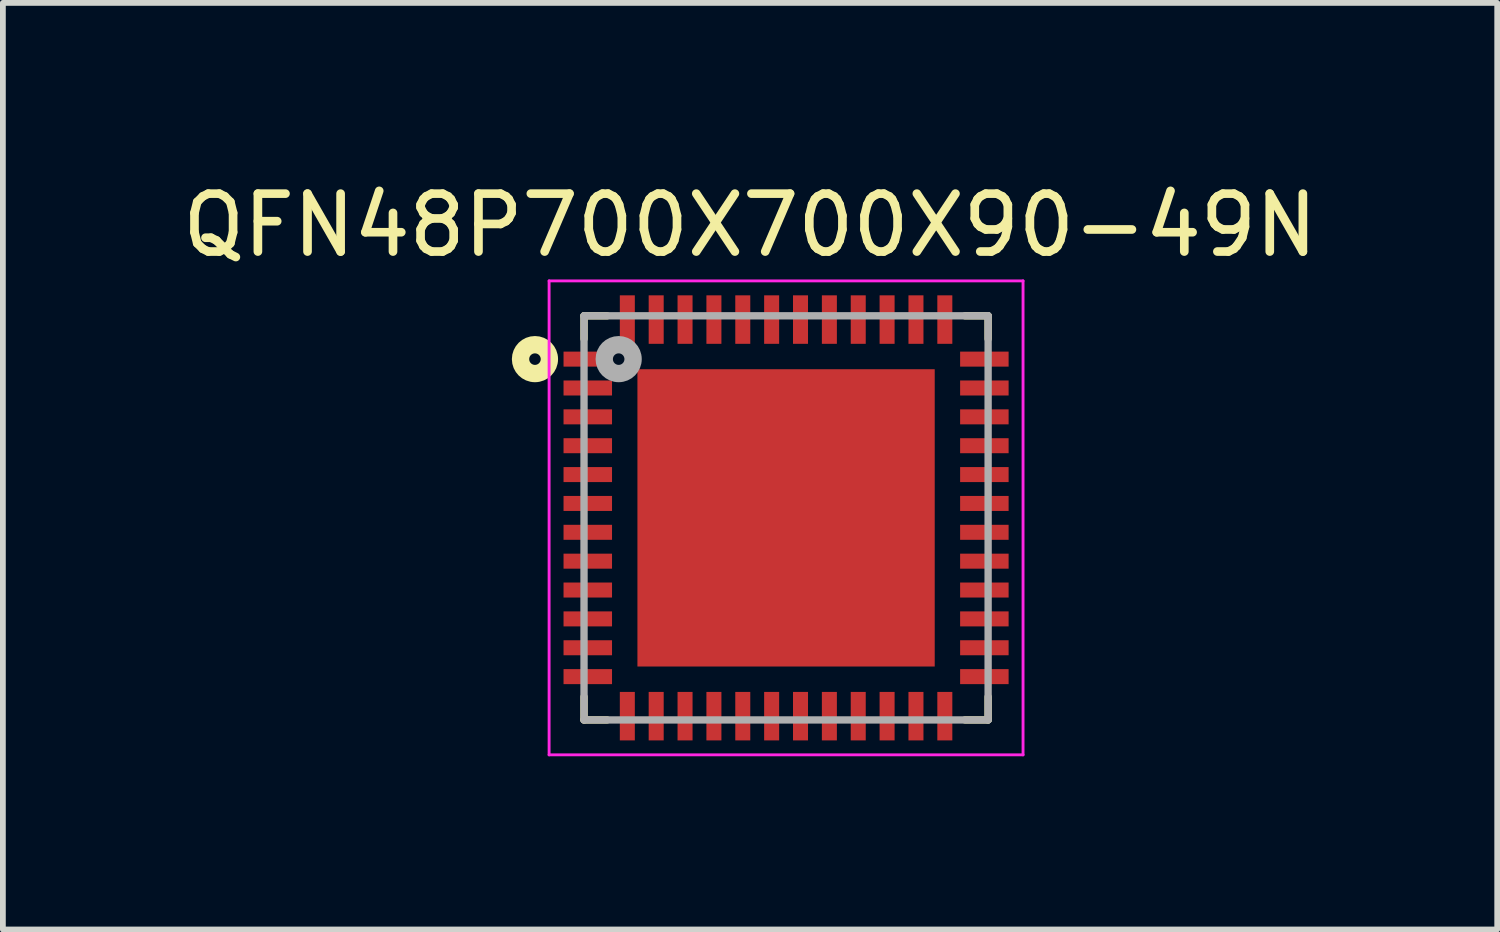
<source format=kicad_pcb>
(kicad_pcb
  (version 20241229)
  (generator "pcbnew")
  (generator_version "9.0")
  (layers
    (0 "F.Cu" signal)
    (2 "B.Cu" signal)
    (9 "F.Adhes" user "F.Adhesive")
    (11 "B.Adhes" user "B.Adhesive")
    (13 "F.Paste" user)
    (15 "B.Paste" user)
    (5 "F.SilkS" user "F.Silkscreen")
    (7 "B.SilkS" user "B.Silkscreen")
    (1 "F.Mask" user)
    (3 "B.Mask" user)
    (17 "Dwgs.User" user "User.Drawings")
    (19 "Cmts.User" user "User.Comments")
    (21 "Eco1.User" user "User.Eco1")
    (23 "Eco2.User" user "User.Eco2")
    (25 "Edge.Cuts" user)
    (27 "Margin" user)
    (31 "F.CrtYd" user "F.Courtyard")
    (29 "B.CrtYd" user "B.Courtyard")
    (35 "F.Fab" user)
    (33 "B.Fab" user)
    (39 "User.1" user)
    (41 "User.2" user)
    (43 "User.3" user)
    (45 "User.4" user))
  (footprint "QFN48P700X700X90-49N"
    (layer "F.Cu")
    (at 10.567 5.921)
    (property "Reference" "QFN48P700X700X90-49N" (at -0.624 -5.07 0) (layer "F.SilkS") (effects (font (size 1.003 1.003) (thickness 0.15))))
    (attr smd)
    (fp_line (start -3.5 -3.5) (end -3.5 -3.1) (stroke (width 0.127) (type solid)) (layer "F.SilkS"))
    (fp_line (start -3.5 3.1) (end -3.5 3.5) (stroke (width 0.127) (type solid)) (layer "F.SilkS"))
    (fp_line (start -3.5 3.5) (end -3.1 3.5) (stroke (width 0.127) (type solid)) (layer "F.SilkS"))
    (fp_line (start -3.1 -3.5) (end -3.5 -3.5) (stroke (width 0.127) (type solid)) (layer "F.SilkS"))
    (fp_line (start 3.1 -3.5) (end 3.5 -3.5) (stroke (width 0.127) (type solid)) (layer "F.SilkS"))
    (fp_line (start 3.1 3.5) (end 3.5 3.5) (stroke (width 0.127) (type solid)) (layer "F.SilkS"))
    (fp_line (start 3.5 -3.5) (end 3.5 -3.1) (stroke (width 0.127) (type solid)) (layer "F.SilkS"))
    (fp_line (start 3.5 3.5) (end 3.5 3.1) (stroke (width 0.127) (type solid)) (layer "F.SilkS"))
    (fp_circle (center -4.35 -2.75) (end -4.25 -2.75) (stroke (width 0.3) (type solid)) (fill no) (layer "F.SilkS"))
    (fp_poly (pts (xy -2.198 -2.195) (xy -0.375 -2.195) (xy -0.375 -0.376) (xy -2.198 -0.376)) (stroke (width 0.01) (type solid)) (fill yes) (layer "F.Paste"))
    (fp_poly (pts (xy -2.197 0.375) (xy -0.375 0.375) (xy -0.375 2.197) (xy -2.197 2.197)) (stroke (width 0.01) (type solid)) (fill yes) (layer "F.Paste"))
    (fp_poly (pts (xy 0.375 0.375) (xy 2.195 0.375) (xy 2.195 2.195) (xy 0.375 2.195)) (stroke (width 0.01) (type solid)) (fill yes) (layer "F.Paste"))
    (fp_poly (pts (xy 0.376 -2.195) (xy 2.195 -2.195) (xy 2.195 -0.376) (xy 0.376 -0.376)) (stroke (width 0.01) (type solid)) (fill yes) (layer "F.Paste"))
    (fp_line (start -4.105 -4.105) (end 4.105 -4.105) (stroke (width 0.05) (type solid)) (layer "F.CrtYd"))
    (fp_line (start -4.105 4.105) (end -4.105 -4.105) (stroke (width 0.05) (type solid)) (layer "F.CrtYd"))
    (fp_line (start 4.105 -4.105) (end 4.105 4.105) (stroke (width 0.05) (type solid)) (layer "F.CrtYd"))
    (fp_line (start 4.105 4.105) (end -4.105 4.105) (stroke (width 0.05) (type solid)) (layer "F.CrtYd"))
    (fp_line (start -3.5 -3.5) (end 3.5 -3.5) (stroke (width 0.127) (type solid)) (layer "F.Fab"))
    (fp_line (start -3.5 3.5) (end -3.5 -3.5) (stroke (width 0.127) (type solid)) (layer "F.Fab"))
    (fp_line (start 3.5 -3.5) (end 3.5 3.5) (stroke (width 0.127) (type solid)) (layer "F.Fab"))
    (fp_line (start 3.5 3.5) (end -3.5 3.5) (stroke (width 0.127) (type solid)) (layer "F.Fab"))
    (fp_circle (center -2.9 -2.75) (end -2.8 -2.75) (stroke (width 0.3) (type solid)) (fill no) (layer "F.Fab"))
    (pad "1" smd rect (at -3.435 -2.75) (size 0.84 0.26) (layers "F.Cu" "F.Mask" "F.Paste"))
    (pad "2" smd rect (at -3.435 -2.25) (size 0.84 0.26) (layers "F.Cu" "F.Mask" "F.Paste"))
    (pad "3" smd rect (at -3.435 -1.75) (size 0.84 0.26) (layers "F.Cu" "F.Mask" "F.Paste"))
    (pad "4" smd rect (at -3.435 -1.25) (size 0.84 0.26) (layers "F.Cu" "F.Mask" "F.Paste"))
    (pad "5" smd rect (at -3.435 -0.75) (size 0.84 0.26) (layers "F.Cu" "F.Mask" "F.Paste"))
    (pad "6" smd rect (at -3.435 -0.25) (size 0.84 0.26) (layers "F.Cu" "F.Mask" "F.Paste"))
    (pad "7" smd rect (at -3.435 0.25) (size 0.84 0.26) (layers "F.Cu" "F.Mask" "F.Paste"))
    (pad "8" smd rect (at -3.435 0.75) (size 0.84 0.26) (layers "F.Cu" "F.Mask" "F.Paste"))
    (pad "9" smd rect (at -3.435 1.25) (size 0.84 0.26) (layers "F.Cu" "F.Mask" "F.Paste"))
    (pad "10" smd rect (at -3.435 1.75) (size 0.84 0.26) (layers "F.Cu" "F.Mask" "F.Paste"))
    (pad "11" smd rect (at -3.435 2.25) (size 0.84 0.26) (layers "F.Cu" "F.Mask" "F.Paste"))
    (pad "12" smd rect (at -3.435 2.75) (size 0.84 0.26) (layers "F.Cu" "F.Mask" "F.Paste"))
    (pad "13" smd rect (at -2.75 3.435) (size 0.26 0.84) (layers "F.Cu" "F.Mask" "F.Paste"))
    (pad "14" smd rect (at -2.25 3.435) (size 0.26 0.84) (layers "F.Cu" "F.Mask" "F.Paste"))
    (pad "15" smd rect (at -1.75 3.435) (size 0.26 0.84) (layers "F.Cu" "F.Mask" "F.Paste"))
    (pad "16" smd rect (at -1.25 3.435) (size 0.26 0.84) (layers "F.Cu" "F.Mask" "F.Paste"))
    (pad "17" smd rect (at -0.75 3.435) (size 0.26 0.84) (layers "F.Cu" "F.Mask" "F.Paste"))
    (pad "18" smd rect (at -0.25 3.435) (size 0.26 0.84) (layers "F.Cu" "F.Mask" "F.Paste"))
    (pad "19" smd rect (at 0.25 3.435) (size 0.26 0.84) (layers "F.Cu" "F.Mask" "F.Paste"))
    (pad "20" smd rect (at 0.75 3.435) (size 0.26 0.84) (layers "F.Cu" "F.Mask" "F.Paste"))
    (pad "21" smd rect (at 1.25 3.435) (size 0.26 0.84) (layers "F.Cu" "F.Mask" "F.Paste"))
    (pad "22" smd rect (at 1.75 3.435) (size 0.26 0.84) (layers "F.Cu" "F.Mask" "F.Paste"))
    (pad "23" smd rect (at 2.25 3.435) (size 0.26 0.84) (layers "F.Cu" "F.Mask" "F.Paste"))
    (pad "24" smd rect (at 2.75 3.435) (size 0.26 0.84) (layers "F.Cu" "F.Mask" "F.Paste"))
    (pad "25" smd rect (at 3.435 2.75) (size 0.84 0.26) (layers "F.Cu" "F.Mask" "F.Paste"))
    (pad "26" smd rect (at 3.435 2.25) (size 0.84 0.26) (layers "F.Cu" "F.Mask" "F.Paste"))
    (pad "27" smd rect (at 3.435 1.75) (size 0.84 0.26) (layers "F.Cu" "F.Mask" "F.Paste"))
    (pad "28" smd rect (at 3.435 1.25) (size 0.84 0.26) (layers "F.Cu" "F.Mask" "F.Paste"))
    (pad "29" smd rect (at 3.435 0.75) (size 0.84 0.26) (layers "F.Cu" "F.Mask" "F.Paste"))
    (pad "30" smd rect (at 3.435 0.25) (size 0.84 0.26) (layers "F.Cu" "F.Mask" "F.Paste"))
    (pad "31" smd rect (at 3.435 -0.25) (size 0.84 0.26) (layers "F.Cu" "F.Mask" "F.Paste"))
    (pad "32" smd rect (at 3.435 -0.75) (size 0.84 0.26) (layers "F.Cu" "F.Mask" "F.Paste"))
    (pad "33" smd rect (at 3.435 -1.25) (size 0.84 0.26) (layers "F.Cu" "F.Mask" "F.Paste"))
    (pad "34" smd rect (at 3.435 -1.75) (size 0.84 0.26) (layers "F.Cu" "F.Mask" "F.Paste"))
    (pad "35" smd rect (at 3.435 -2.25) (size 0.84 0.26) (layers "F.Cu" "F.Mask" "F.Paste"))
    (pad "36" smd rect (at 3.435 -2.75) (size 0.84 0.26) (layers "F.Cu" "F.Mask" "F.Paste"))
    (pad "37" smd rect (at 2.75 -3.435) (size 0.26 0.84) (layers "F.Cu" "F.Mask" "F.Paste"))
    (pad "38" smd rect (at 2.25 -3.435) (size 0.26 0.84) (layers "F.Cu" "F.Mask" "F.Paste"))
    (pad "39" smd rect (at 1.75 -3.435) (size 0.26 0.84) (layers "F.Cu" "F.Mask" "F.Paste"))
    (pad "40" smd rect (at 1.25 -3.435) (size 0.26 0.84) (layers "F.Cu" "F.Mask" "F.Paste"))
    (pad "41" smd rect (at 0.75 -3.435) (size 0.26 0.84) (layers "F.Cu" "F.Mask" "F.Paste"))
    (pad "42" smd rect (at 0.25 -3.435) (size 0.26 0.84) (layers "F.Cu" "F.Mask" "F.Paste"))
    (pad "43" smd rect (at -0.25 -3.435) (size 0.26 0.84) (layers "F.Cu" "F.Mask" "F.Paste"))
    (pad "44" smd rect (at -0.75 -3.435) (size 0.26 0.84) (layers "F.Cu" "F.Mask" "F.Paste"))
    (pad "45" smd rect (at -1.25 -3.435) (size 0.26 0.84) (layers "F.Cu" "F.Mask" "F.Paste"))
    (pad "46" smd rect (at -1.75 -3.435) (size 0.26 0.84) (layers "F.Cu" "F.Mask" "F.Paste"))
    (pad "47" smd rect (at -2.25 -3.435) (size 0.26 0.84) (layers "F.Cu" "F.Mask" "F.Paste"))
    (pad "48" smd rect (at -2.75 -3.435) (size 0.26 0.84) (layers "F.Cu" "F.Mask" "F.Paste"))
    (pad "49" smd rect (at 0 0) (size 5.15 5.15) (layers "F.Cu" "F.Mask")))
  (gr_rect
    (start -3 -3)
    (end 22.886 13.051)
    (stroke (width 0.1) (type default))
    (fill no)
    (layer "Edge.Cuts")))
</source>
